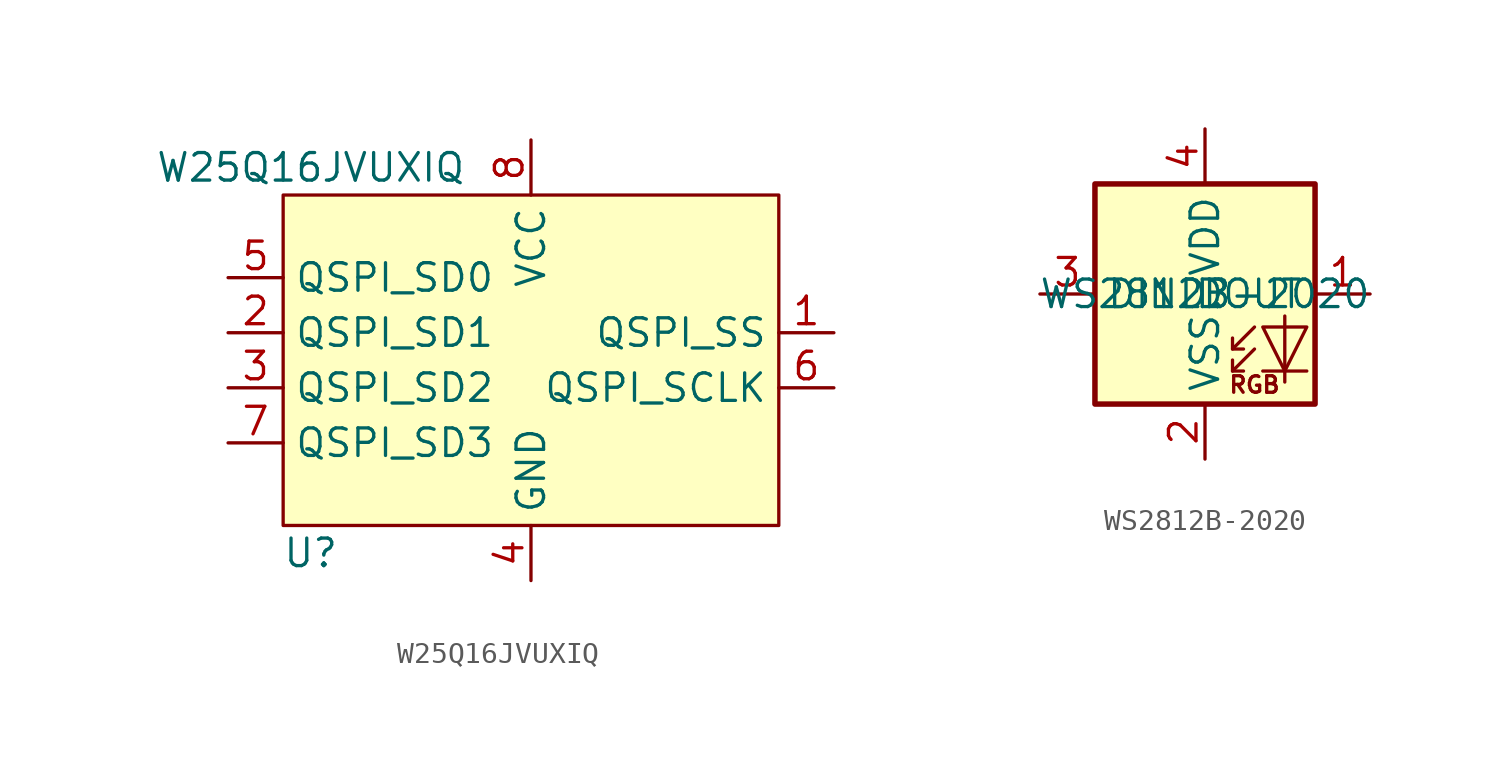
<source format=kicad_sym>
(kicad_symbol_lib
  (version 20220914)
  (generator kicad_symbol_editor)
  (symbol "W25Q16JVUXIQ"
    (property "Reference" "U"
      (at -10.16 -8.89 0)
      (effects (font (size 1.27 1.27))))
    (property "Value" "W25Q16JVUXIQ"
      (at -10.16 8.89 0)
      (effects (font (size 1.27 1.27))))
    (symbol "W25Q16JVUXIQ_1_1"
      (rectangle (start -11.43 7.62) (end 11.43 -7.62) (stroke (width 0) (type default)) (fill (type background)))
      (pin input line (at 13.97 1.27 180) (length 2.54) (name "QSPI_SS" (effects (font (size 1.27 1.27)))) (number "1" (effects (font (size 1.27 1.27)))))
      (pin bidirectional line (at -13.97 1.27 0) (length 2.54) (name "QSPI_SD1" (effects (font (size 1.27 1.27)))) (number "2" (effects (font (size 1.27 1.27)))))
      (pin bidirectional line (at -13.97 -1.27 0) (length 2.54) (name "QSPI_SD2" (effects (font (size 1.27 1.27)))) (number "3" (effects (font (size 1.27 1.27)))))
      (pin power_in line (at 0 -10.16 90) (length 2.54) (name "GND" (effects (font (size 1.27 1.27)))) (number "4" (effects (font (size 1.27 1.27)))))
      (pin bidirectional line (at -13.97 3.81 0) (length 2.54) (name "QSPI_SD0" (effects (font (size 1.27 1.27)))) (number "5" (effects (font (size 1.27 1.27)))))
      (pin input line (at 13.97 -1.27 180) (length 2.54) (name "QSPI_SCLK" (effects (font (size 1.27 1.27)))) (number "6" (effects (font (size 1.27 1.27)))))
      (pin bidirectional line (at -13.97 -3.81 0) (length 2.54) (name "QSPI_SD3" (effects (font (size 1.27 1.27)))) (number "7" (effects (font (size 1.27 1.27)))))
      (pin power_in line (at 0 10.16 270) (length 2.54) (name "VCC" (effects (font (size 1.27 1.27)))) (number "8" (effects (font (size 1.27 1.27)))))))
  (symbol "WS2812B-2020"
    (property "Reference" "D"
      (at 0 0 0)
      (effects (font (size 1.27 1.27))))
    (property "Value" "WS2812B-2020"
      (at 0 0 0)
      (effects (font (size 1.27 1.27))))
    (symbol "WS2812B-2020_0_0"
      (text "RGB" (at 2.286 -4.191 0) (effects (font (size 0.762 0.762)))))
    (symbol "WS2812B-2020_0_1"
      (rectangle (start -5.08 5.08) (end 5.08 -5.08) (stroke (width 0.254) (type default)) (fill (type background)))
      (polyline (pts (xy 1.27 -3.556) (xy 1.778 -3.556)) (stroke (width 0) (type default)) (fill (type none)))
      (polyline (pts (xy 1.27 -2.54) (xy 1.778 -2.54)) (stroke (width 0) (type default)) (fill (type none)))
      (polyline (pts (xy 4.699 -3.556) (xy 2.667 -3.556)) (stroke (width 0) (type default)) (fill (type none)))
      (polyline (pts (xy 2.286 -2.54) (xy 1.27 -3.556) (xy 1.27 -3.048)) (stroke (width 0) (type default)) (fill (type none)))
      (polyline (pts (xy 2.286 -1.524) (xy 1.27 -2.54) (xy 1.27 -2.032)) (stroke (width 0) (type default)) (fill (type none)))
      (polyline (pts (xy 3.683 -1.016) (xy 3.683 -3.556) (xy 3.683 -4.064)) (stroke (width 0) (type default)) (fill (type none)))
      (polyline (pts (xy 4.699 -1.524) (xy 2.667 -1.524) (xy 3.683 -3.556) (xy 4.699 -1.524)) (stroke (width 0) (type default)) (fill (type none))))
    (symbol "WS2812B-2020_1_1"
      (pin output line (at 7.62 0 180) (length 2.54) (name "DOUT" (effects (font (size 1.27 1.27)))) (number "1" (effects (font (size 1.27 1.27)))))
      (pin power_in line (at 0 -7.62 90) (length 2.54) (name "VSS" (effects (font (size 1.27 1.27)))) (number "2" (effects (font (size 1.27 1.27)))))
      (pin input line (at -7.62 0 0) (length 2.54) (name "DIN" (effects (font (size 1.27 1.27)))) (number "3" (effects (font (size 1.27 1.27)))))
      (pin power_in line (at 0 7.62 270) (length 2.54) (name "VDD" (effects (font (size 1.27 1.27)))) (number "4" (effects (font (size 1.27 1.27))))))))
</source>
